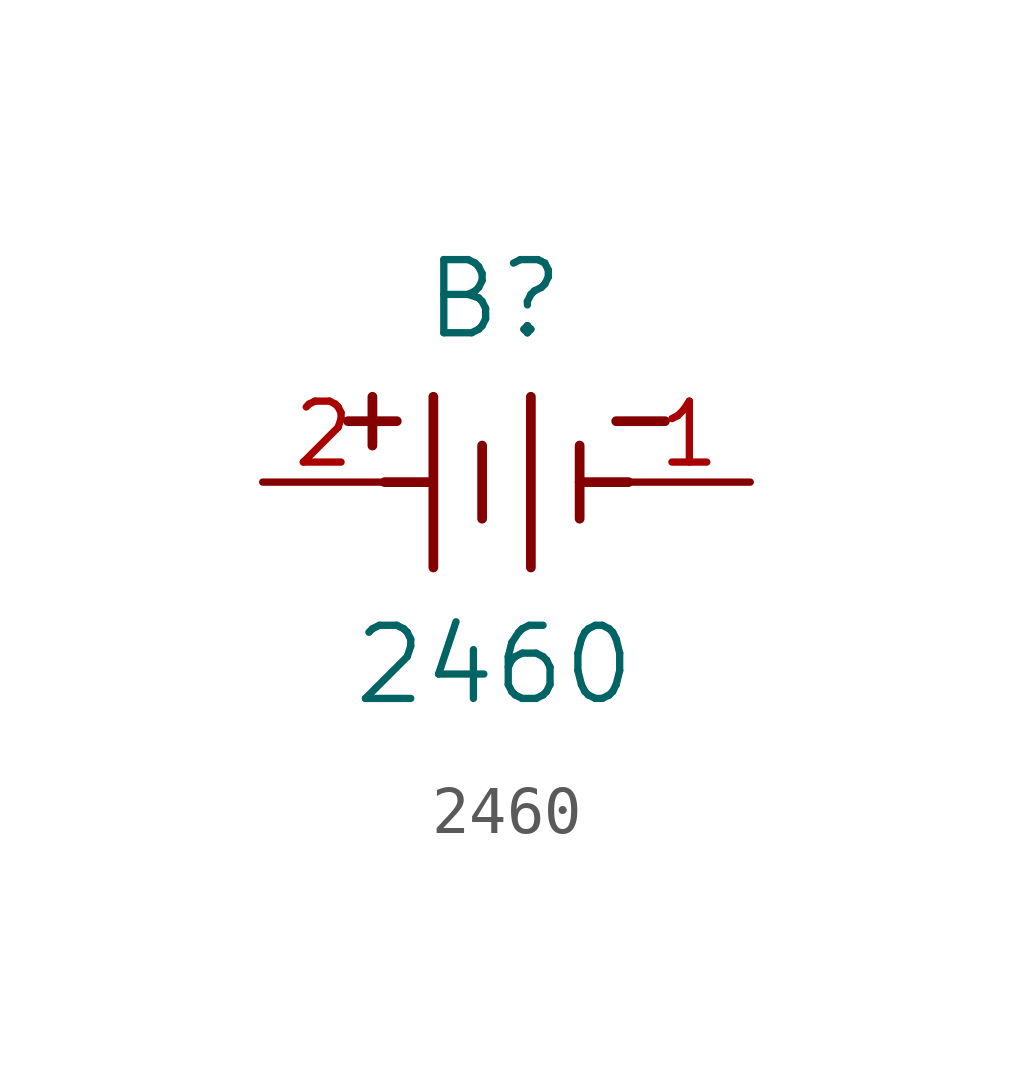
<source format=kicad_sym>
(kicad_symbol_lib
  (version 20211014)
  (generator kicad_symbol_editor)
  (symbol "2460"
    (pin_names
      (offset 0.254))
    (property "Reference" "B"
      (at 4.826 3.81 0)
      (effects (font (size 1.524 1.524))))
    (property "Value" "2460"
      (at 4.826 -3.81 0)
      (effects (font (size 1.524 1.524))))
    (symbol "2460_0_1"
      (polyline (pts (xy 2.286 0.762) (xy 2.286 1.778)) (stroke (width 0.203) (type default) (color 0 0 0 0)) (fill (type none)))
      (polyline (pts (xy 6.604 0) (xy 7.62 0)) (stroke (width 0.203) (type default) (color 0 0 0 0)) (fill (type none)))
      (polyline (pts (xy 3.556 -1.778) (xy 3.556 1.778)) (stroke (width 0.203) (type default) (color 0 0 0 0)) (fill (type none)))
      (polyline (pts (xy 1.778 1.27) (xy 2.794 1.27)) (stroke (width 0.203) (type default) (color 0 0 0 0)) (fill (type none)))
      (polyline (pts (xy 2.54 0) (xy 3.48 0)) (stroke (width 0.203) (type default) (color 0 0 0 0)) (fill (type none)))
      (polyline (pts (xy 5.588 -1.778) (xy 5.588 1.778)) (stroke (width 0.203) (type default) (color 0 0 0 0)) (fill (type none)))
      (polyline (pts (xy 6.604 0.762) (xy 6.604 -0.762)) (stroke (width 0.203) (type default) (color 0 0 0 0)) (fill (type none)))
      (polyline (pts (xy 4.572 0.762) (xy 4.572 -0.762)) (stroke (width 0.203) (type default) (color 0 0 0 0)) (fill (type none)))
      (polyline (pts (xy 7.366 1.27) (xy 8.382 1.27)) (stroke (width 0.203) (type default) (color 0 0 0 0)) (fill (type none)))
      (pin unspecified line (at 10.16 0 180) (length 2.54) (name "" (effects (font (size 1.27 1.27)))) (number "1" (effects (font (size 1.27 1.27)))))
      (pin unspecified line (at 0 0 0) (length 2.54) (name "" (effects (font (size 1.27 1.27)))) (number "2" (effects (font (size 1.27 1.27))))))))
</source>
